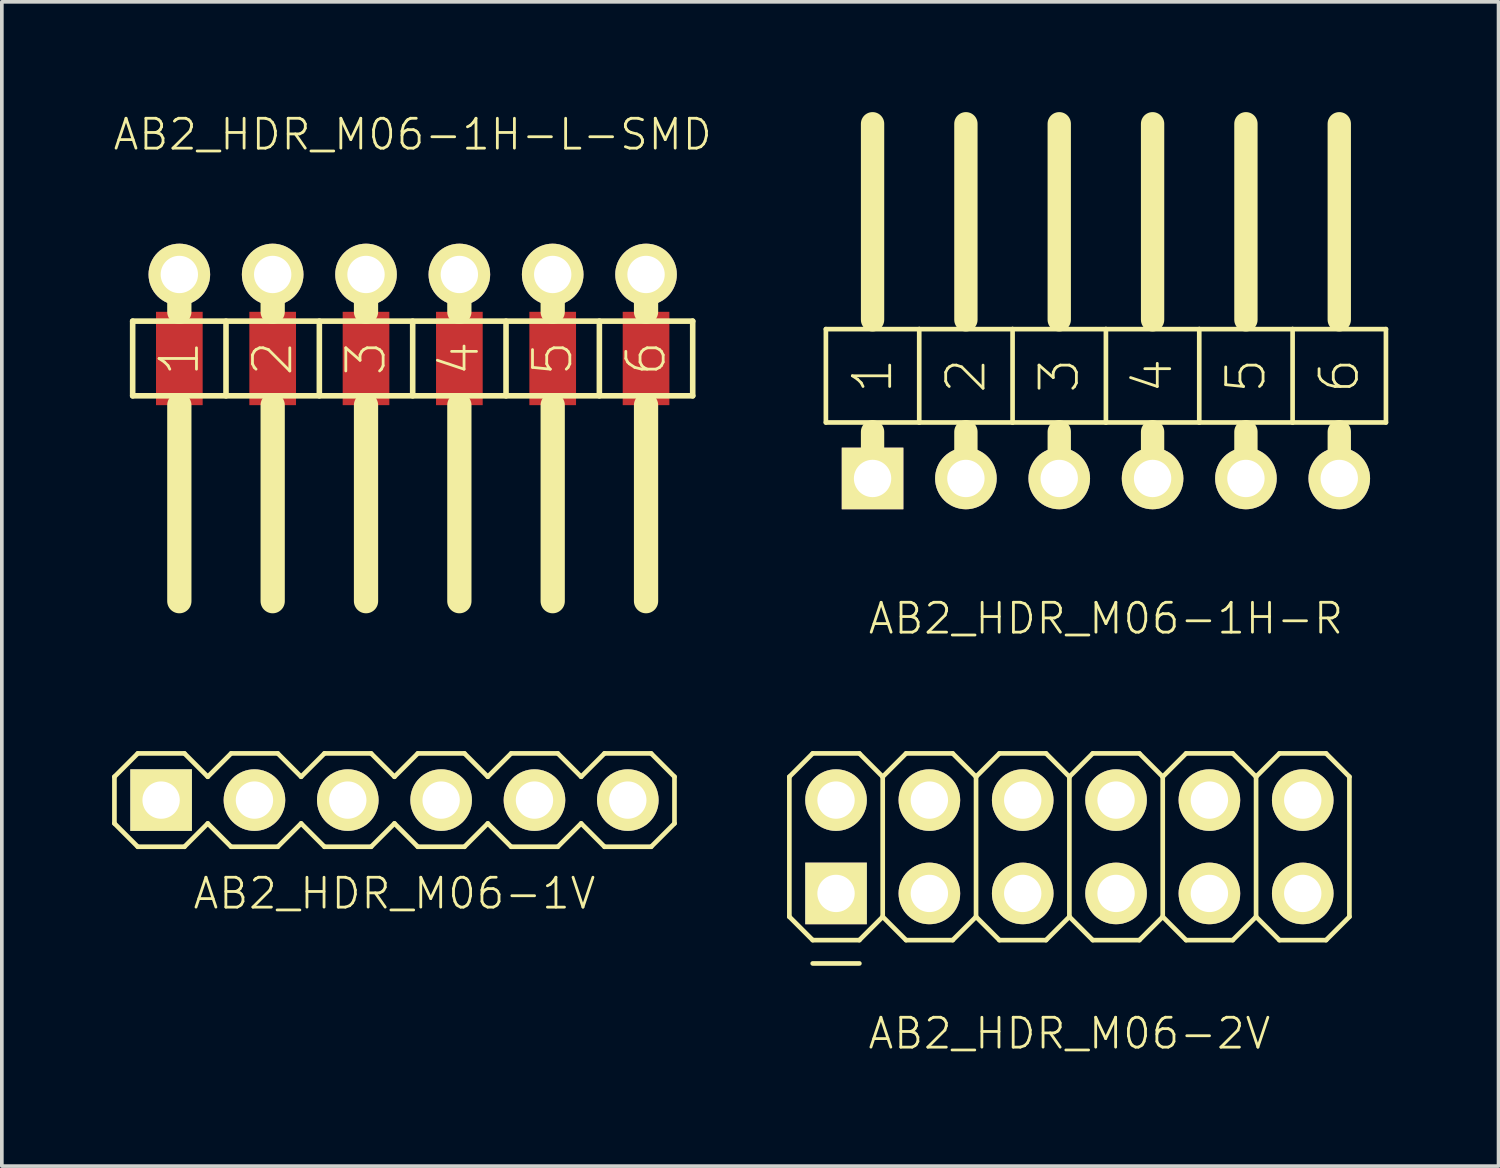
<source format=kicad_pcb>
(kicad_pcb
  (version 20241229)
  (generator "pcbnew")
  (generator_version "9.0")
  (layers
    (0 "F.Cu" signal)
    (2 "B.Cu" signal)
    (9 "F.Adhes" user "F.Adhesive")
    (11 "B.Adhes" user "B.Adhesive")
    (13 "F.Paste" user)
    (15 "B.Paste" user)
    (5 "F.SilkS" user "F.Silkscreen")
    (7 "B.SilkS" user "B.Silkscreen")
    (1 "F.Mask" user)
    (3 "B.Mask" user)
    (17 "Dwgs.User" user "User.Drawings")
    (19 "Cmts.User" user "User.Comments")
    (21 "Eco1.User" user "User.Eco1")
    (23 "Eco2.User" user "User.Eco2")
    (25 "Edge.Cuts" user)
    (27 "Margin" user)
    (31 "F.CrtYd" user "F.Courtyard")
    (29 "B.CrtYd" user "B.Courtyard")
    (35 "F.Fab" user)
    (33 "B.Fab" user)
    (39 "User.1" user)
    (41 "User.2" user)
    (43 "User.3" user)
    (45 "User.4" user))
  (footprint "AB2_HDR_M06-1V"
    (layer "F.Cu")
    (at 7.684 18.722)
    (property "Reference" "AB2_HDR_M06-1V" (at 0 2.54 0) (layer "F.SilkS") (effects (font (size 0.813 0.813) (thickness 0.076))))
    (attr through_hole)
    (fp_line (start -7.62 -0.635) (end -6.985 -1.27) (stroke (width 0.127) (type solid)) (layer "F.SilkS"))
    (fp_line (start -7.62 0.635) (end -7.62 -0.635) (stroke (width 0.127) (type solid)) (layer "F.SilkS"))
    (fp_line (start -6.985 -1.27) (end -5.715 -1.27) (stroke (width 0.127) (type solid)) (layer "F.SilkS"))
    (fp_line (start -6.985 1.27) (end -7.62 0.635) (stroke (width 0.127) (type solid)) (layer "F.SilkS"))
    (fp_line (start -5.715 -1.27) (end -5.08 -0.635) (stroke (width 0.127) (type solid)) (layer "F.SilkS"))
    (fp_line (start -5.715 1.27) (end -6.985 1.27) (stroke (width 0.127) (type solid)) (layer "F.SilkS"))
    (fp_line (start -5.08 -0.635) (end -4.445 -1.27) (stroke (width 0.127) (type solid)) (layer "F.SilkS"))
    (fp_line (start -5.08 0.635) (end -5.715 1.27) (stroke (width 0.127) (type solid)) (layer "F.SilkS"))
    (fp_line (start -4.445 -1.27) (end -3.175 -1.27) (stroke (width 0.127) (type solid)) (layer "F.SilkS"))
    (fp_line (start -4.445 1.27) (end -5.08 0.635) (stroke (width 0.127) (type solid)) (layer "F.SilkS"))
    (fp_line (start -3.175 -1.27) (end -2.54 -0.635) (stroke (width 0.127) (type solid)) (layer "F.SilkS"))
    (fp_line (start -3.175 1.27) (end -4.445 1.27) (stroke (width 0.127) (type solid)) (layer "F.SilkS"))
    (fp_line (start -2.54 -0.635) (end -1.905 -1.27) (stroke (width 0.127) (type solid)) (layer "F.SilkS"))
    (fp_line (start -2.54 0.635) (end -3.175 1.27) (stroke (width 0.127) (type solid)) (layer "F.SilkS"))
    (fp_line (start -1.905 -1.27) (end -0.635 -1.27) (stroke (width 0.127) (type solid)) (layer "F.SilkS"))
    (fp_line (start -1.905 1.27) (end -2.54 0.635) (stroke (width 0.127) (type solid)) (layer "F.SilkS"))
    (fp_line (start -0.635 -1.27) (end 0 -0.635) (stroke (width 0.127) (type solid)) (layer "F.SilkS"))
    (fp_line (start -0.635 1.27) (end -1.905 1.27) (stroke (width 0.127) (type solid)) (layer "F.SilkS"))
    (fp_line (start 0 -0.635) (end 0.635 -1.27) (stroke (width 0.127) (type solid)) (layer "F.SilkS"))
    (fp_line (start 0 0.635) (end -0.635 1.27) (stroke (width 0.127) (type solid)) (layer "F.SilkS"))
    (fp_line (start 0.635 -1.27) (end 1.905 -1.27) (stroke (width 0.127) (type solid)) (layer "F.SilkS"))
    (fp_line (start 0.635 1.27) (end 0 0.635) (stroke (width 0.127) (type solid)) (layer "F.SilkS"))
    (fp_line (start 1.905 -1.27) (end 2.54 -0.635) (stroke (width 0.127) (type solid)) (layer "F.SilkS"))
    (fp_line (start 1.905 1.27) (end 0.635 1.27) (stroke (width 0.127) (type solid)) (layer "F.SilkS"))
    (fp_line (start 2.54 -0.635) (end 3.175 -1.27) (stroke (width 0.127) (type solid)) (layer "F.SilkS"))
    (fp_line (start 2.54 0.635) (end 1.905 1.27) (stroke (width 0.127) (type solid)) (layer "F.SilkS"))
    (fp_line (start 3.175 -1.27) (end 4.445 -1.27) (stroke (width 0.127) (type solid)) (layer "F.SilkS"))
    (fp_line (start 3.175 1.27) (end 2.54 0.635) (stroke (width 0.127) (type solid)) (layer "F.SilkS"))
    (fp_line (start 4.445 -1.27) (end 5.08 -0.635) (stroke (width 0.127) (type solid)) (layer "F.SilkS"))
    (fp_line (start 4.445 1.27) (end 3.175 1.27) (stroke (width 0.127) (type solid)) (layer "F.SilkS"))
    (fp_line (start 5.08 -0.635) (end 5.715 -1.27) (stroke (width 0.127) (type solid)) (layer "F.SilkS"))
    (fp_line (start 5.08 0.635) (end 4.445 1.27) (stroke (width 0.127) (type solid)) (layer "F.SilkS"))
    (fp_line (start 5.715 -1.27) (end 6.985 -1.27) (stroke (width 0.127) (type solid)) (layer "F.SilkS"))
    (fp_line (start 5.715 1.27) (end 5.08 0.635) (stroke (width 0.127) (type solid)) (layer "F.SilkS"))
    (fp_line (start 6.985 -1.27) (end 7.62 -0.635) (stroke (width 0.127) (type solid)) (layer "F.SilkS"))
    (fp_line (start 6.985 1.27) (end 5.715 1.27) (stroke (width 0.127) (type solid)) (layer "F.SilkS"))
    (fp_line (start 7.62 -0.635) (end 7.62 0.635) (stroke (width 0.127) (type solid)) (layer "F.SilkS"))
    (fp_line (start 7.62 0.635) (end 6.985 1.27) (stroke (width 0.127) (type solid)) (layer "F.SilkS"))
    (pad "1" thru_hole rect (at -6.35 0) (size 1.676 1.676) (drill 1.016) (layers "*.Cu" "*.Mask" "F.SilkS"))
    (pad "2" thru_hole circle (at -3.81 0) (size 1.676 1.676) (drill 1.016) (layers "*.Cu" "*.Mask" "F.SilkS"))
    (pad "3" thru_hole circle (at -1.27 0) (size 1.676 1.676) (drill 1.016) (layers "*.Cu" "*.Mask" "F.SilkS"))
    (pad "4" thru_hole circle (at 1.27 0) (size 1.676 1.676) (drill 1.016) (layers "*.Cu" "*.Mask" "F.SilkS"))
    (pad "5" thru_hole circle (at 3.81 0) (size 1.676 1.676) (drill 1.016) (layers "*.Cu" "*.Mask" "F.SilkS"))
    (pad "6" thru_hole circle (at 6.35 0) (size 1.676 1.676) (drill 1.016) (layers "*.Cu" "*.Mask" "F.SilkS")))
  (footprint "AB2_HDR_M06-1H-R"
    (layer "F.Cu")
    (at 27.044 9.97)
    (property "Reference" "AB2_HDR_M06-1H-R" (at 0 3.81 0) (layer "F.SilkS") (effects (font (size 0.813 0.813) (thickness 0.076))))
    (attr through_hole)
    (fp_line (start -7.62 -4.064) (end -7.62 -1.524) (stroke (width 0.127) (type solid)) (layer "F.SilkS"))
    (fp_line (start -7.62 -1.524) (end -6.35 -1.524) (stroke (width 0.127) (type solid)) (layer "F.SilkS"))
    (fp_line (start -6.35 -4.318) (end -6.35 -9.652) (stroke (width 0.635) (type solid)) (layer "F.SilkS"))
    (fp_line (start -6.35 -1.524) (end -5.08 -1.524) (stroke (width 0.127) (type solid)) (layer "F.SilkS"))
    (fp_line (start -6.35 -1.27) (end -6.35 0) (stroke (width 0.635) (type solid)) (layer "F.SilkS"))
    (fp_line (start -5.08 -4.064) (end -7.62 -4.064) (stroke (width 0.127) (type solid)) (layer "F.SilkS"))
    (fp_line (start -5.08 -1.524) (end -5.08 -4.064) (stroke (width 0.127) (type solid)) (layer "F.SilkS"))
    (fp_line (start -5.08 -1.524) (end -3.81 -1.524) (stroke (width 0.127) (type solid)) (layer "F.SilkS"))
    (fp_line (start -3.81 -4.318) (end -3.81 -9.652) (stroke (width 0.635) (type solid)) (layer "F.SilkS"))
    (fp_line (start -3.81 -1.524) (end -2.54 -1.524) (stroke (width 0.127) (type solid)) (layer "F.SilkS"))
    (fp_line (start -3.81 -1.27) (end -3.81 0) (stroke (width 0.635) (type solid)) (layer "F.SilkS"))
    (fp_line (start -2.54 -4.064) (end -5.08 -4.064) (stroke (width 0.127) (type solid)) (layer "F.SilkS"))
    (fp_line (start -2.54 -1.524) (end -2.54 -4.064) (stroke (width 0.127) (type solid)) (layer "F.SilkS"))
    (fp_line (start -2.54 -1.524) (end -1.27 -1.524) (stroke (width 0.127) (type solid)) (layer "F.SilkS"))
    (fp_line (start -1.27 -4.318) (end -1.27 -9.652) (stroke (width 0.635) (type solid)) (layer "F.SilkS"))
    (fp_line (start -1.27 -1.524) (end 0 -1.524) (stroke (width 0.127) (type solid)) (layer "F.SilkS"))
    (fp_line (start -1.27 -1.27) (end -1.27 0) (stroke (width 0.635) (type solid)) (layer "F.SilkS"))
    (fp_line (start 0 -4.064) (end -2.54 -4.064) (stroke (width 0.127) (type solid)) (layer "F.SilkS"))
    (fp_line (start 0 -1.524) (end 0 -4.064) (stroke (width 0.127) (type solid)) (layer "F.SilkS"))
    (fp_line (start 0 -1.524) (end 1.27 -1.524) (stroke (width 0.127) (type solid)) (layer "F.SilkS"))
    (fp_line (start 1.27 -4.318) (end 1.27 -9.652) (stroke (width 0.635) (type solid)) (layer "F.SilkS"))
    (fp_line (start 1.27 -1.524) (end 2.54 -1.524) (stroke (width 0.127) (type solid)) (layer "F.SilkS"))
    (fp_line (start 1.27 -1.27) (end 1.27 0) (stroke (width 0.635) (type solid)) (layer "F.SilkS"))
    (fp_line (start 2.54 -4.064) (end 0 -4.064) (stroke (width 0.127) (type solid)) (layer "F.SilkS"))
    (fp_line (start 2.54 -1.524) (end 2.54 -4.064) (stroke (width 0.127) (type solid)) (layer "F.SilkS"))
    (fp_line (start 2.54 -1.524) (end 3.81 -1.524) (stroke (width 0.127) (type solid)) (layer "F.SilkS"))
    (fp_line (start 3.81 -4.318) (end 3.81 -9.652) (stroke (width 0.635) (type solid)) (layer "F.SilkS"))
    (fp_line (start 3.81 -1.524) (end 5.08 -1.524) (stroke (width 0.127) (type solid)) (layer "F.SilkS"))
    (fp_line (start 3.81 -1.27) (end 3.81 0) (stroke (width 0.635) (type solid)) (layer "F.SilkS"))
    (fp_line (start 5.08 -4.064) (end 2.54 -4.064) (stroke (width 0.127) (type solid)) (layer "F.SilkS"))
    (fp_line (start 5.08 -1.524) (end 5.08 -4.064) (stroke (width 0.127) (type solid)) (layer "F.SilkS"))
    (fp_line (start 5.08 -1.524) (end 6.35 -1.524) (stroke (width 0.127) (type solid)) (layer "F.SilkS"))
    (fp_line (start 6.35 -4.318) (end 6.35 -9.652) (stroke (width 0.635) (type solid)) (layer "F.SilkS"))
    (fp_line (start 6.35 -1.524) (end 7.62 -1.524) (stroke (width 0.127) (type solid)) (layer "F.SilkS"))
    (fp_line (start 6.35 -1.27) (end 6.35 0) (stroke (width 0.635) (type solid)) (layer "F.SilkS"))
    (fp_line (start 7.62 -4.064) (end 5.08 -4.064) (stroke (width 0.127) (type solid)) (layer "F.SilkS"))
    (fp_line (start 7.62 -1.524) (end 7.62 -4.064) (stroke (width 0.127) (type solid)) (layer "F.SilkS"))
    (fp_text user "1" (at -6.35 -2.794 270) (layer "F.SilkS") (effects (font (size 1.016 1.016) (thickness 0.076))))
    (fp_text user "4" (at 1.27 -2.794 90) (layer "F.SilkS") (effects (font (size 1.016 1.016) (thickness 0.076))))
    (fp_text user "6" (at 6.35 -2.794 90) (layer "F.SilkS") (effects (font (size 1.016 1.016) (thickness 0.076))))
    (fp_text user "3" (at -1.27 -2.794 90) (layer "F.SilkS") (effects (font (size 1.016 1.016) (thickness 0.076))))
    (fp_text user "5" (at 3.81 -2.794 90) (layer "F.SilkS") (effects (font (size 1.016 1.016) (thickness 0.076))))
    (fp_text user "2" (at -3.81 -2.794 90) (layer "F.SilkS") (effects (font (size 1.016 1.016) (thickness 0.076))))
    (pad "1" thru_hole rect (at -6.35 0) (size 1.676 1.676) (drill 1.016) (layers "*.Cu" "*.Mask" "F.SilkS"))
    (pad "2" thru_hole circle (at -3.81 0) (size 1.676 1.676) (drill 1.016) (layers "*.Cu" "*.Mask" "F.SilkS"))
    (pad "3" thru_hole circle (at -1.27 0) (size 1.676 1.676) (drill 1.016) (layers "*.Cu" "*.Mask" "F.SilkS"))
    (pad "4" thru_hole circle (at 1.27 0) (size 1.676 1.676) (drill 1.016) (layers "*.Cu" "*.Mask" "F.SilkS"))
    (pad "5" thru_hole circle (at 3.81 0) (size 1.676 1.676) (drill 1.016) (layers "*.Cu" "*.Mask" "F.SilkS"))
    (pad "6" thru_hole circle (at 6.35 0) (size 1.676 1.676) (drill 1.016) (layers "*.Cu" "*.Mask" "F.SilkS")))
  (footprint "AB2_HDR_M06-1H-L-SMD"
    (layer "F.Cu")
    (at 8.18 4.419)
    (property "Reference" "AB2_HDR_M06-1H-L-SMD" (at 0 -3.81 0) (layer "F.SilkS") (effects (font (size 0.813 0.813) (thickness 0.076))))
    (attr through_hole)
    (fp_line (start -7.62 1.27) (end 7.62 1.27) (stroke (width 0.152) (type solid)) (layer "F.SilkS"))
    (fp_line (start -7.62 3.302) (end -7.62 1.27) (stroke (width 0.152) (type solid)) (layer "F.SilkS"))
    (fp_line (start -7.62 3.302) (end 7.62 3.302) (stroke (width 0.152) (type solid)) (layer "F.SilkS"))
    (fp_line (start -6.35 0) (end -6.35 1.016) (stroke (width 0.66) (type solid)) (layer "F.SilkS"))
    (fp_line (start -6.35 3.556) (end -6.35 8.89) (stroke (width 0.66) (type solid)) (layer "F.SilkS"))
    (fp_line (start -5.08 1.27) (end -5.08 3.302) (stroke (width 0.152) (type solid)) (layer "F.SilkS"))
    (fp_line (start -3.81 0) (end -3.81 1.016) (stroke (width 0.66) (type solid)) (layer "F.SilkS"))
    (fp_line (start -3.81 3.556) (end -3.81 8.89) (stroke (width 0.66) (type solid)) (layer "F.SilkS"))
    (fp_line (start -2.54 1.27) (end -2.54 3.302) (stroke (width 0.152) (type solid)) (layer "F.SilkS"))
    (fp_line (start -1.27 0) (end -1.27 1.016) (stroke (width 0.66) (type solid)) (layer "F.SilkS"))
    (fp_line (start -1.27 3.556) (end -1.27 8.89) (stroke (width 0.66) (type solid)) (layer "F.SilkS"))
    (fp_line (start 0 1.27) (end 0 3.302) (stroke (width 0.152) (type solid)) (layer "F.SilkS"))
    (fp_line (start 1.27 0) (end 1.27 1.016) (stroke (width 0.66) (type solid)) (layer "F.SilkS"))
    (fp_line (start 1.27 3.556) (end 1.27 8.89) (stroke (width 0.66) (type solid)) (layer "F.SilkS"))
    (fp_line (start 2.54 1.27) (end 2.54 3.302) (stroke (width 0.152) (type solid)) (layer "F.SilkS"))
    (fp_line (start 3.81 0) (end 3.81 1.016) (stroke (width 0.66) (type solid)) (layer "F.SilkS"))
    (fp_line (start 3.81 3.556) (end 3.81 8.89) (stroke (width 0.66) (type solid)) (layer "F.SilkS"))
    (fp_line (start 5.08 1.27) (end 5.08 3.302) (stroke (width 0.152) (type solid)) (layer "F.SilkS"))
    (fp_line (start 6.35 0) (end 6.35 1.016) (stroke (width 0.66) (type solid)) (layer "F.SilkS"))
    (fp_line (start 6.35 3.556) (end 6.35 8.89) (stroke (width 0.66) (type solid)) (layer "F.SilkS"))
    (fp_line (start 7.62 1.27) (end 7.62 3.302) (stroke (width 0.152) (type solid)) (layer "F.SilkS"))
    (fp_text user "6" (at 6.35 2.286 90) (layer "F.SilkS") (effects (font (size 1.016 1.016) (thickness 0.076))))
    (fp_text user "3" (at -1.27 2.286 90) (layer "F.SilkS") (effects (font (size 1.016 1.016) (thickness 0.076))))
    (fp_text user "1" (at -6.35 2.286 90) (layer "F.SilkS") (effects (font (size 1.016 1.016) (thickness 0.076))))
    (fp_text user "2" (at -3.81 2.286 90) (layer "F.SilkS") (effects (font (size 1.016 1.016) (thickness 0.076))))
    (fp_text user "5" (at 3.81 2.286 90) (layer "F.SilkS") (effects (font (size 1.016 1.016) (thickness 0.076))))
    (fp_text user "4" (at 1.27 2.286 90) (layer "F.SilkS") (effects (font (size 1.016 1.016) (thickness 0.076))))
    (pad "1" thru_hole circle (at -6.35 0) (size 1.676 1.676) (drill 1.016) (layers "*.Cu" "*.Mask" "F.SilkS"))
    (pad "1" smd rect (at -6.35 2.286 180) (size 1.27 2.54) (layers "F.Cu" "F.Mask" "F.Paste"))
    (pad "2" thru_hole circle (at -3.81 0) (size 1.676 1.676) (drill 1.016) (layers "*.Cu" "*.Mask" "F.SilkS"))
    (pad "2" smd rect (at -3.81 2.286 180) (size 1.27 2.54) (layers "F.Cu" "F.Mask" "F.Paste"))
    (pad "3" thru_hole circle (at -1.27 0) (size 1.676 1.676) (drill 1.016) (layers "*.Cu" "*.Mask" "F.SilkS"))
    (pad "3" smd rect (at -1.27 2.286 180) (size 1.27 2.54) (layers "F.Cu" "F.Mask" "F.Paste"))
    (pad "4" thru_hole circle (at 1.27 0) (size 1.676 1.676) (drill 1.016) (layers "*.Cu" "*.Mask" "F.SilkS"))
    (pad "4" smd rect (at 1.27 2.286 180) (size 1.27 2.54) (layers "F.Cu" "F.Mask" "F.Paste"))
    (pad "5" thru_hole circle (at 3.81 0) (size 1.676 1.676) (drill 1.016) (layers "*.Cu" "*.Mask" "F.SilkS"))
    (pad "5" smd rect (at 3.81 2.286 180) (size 1.27 2.54) (layers "F.Cu" "F.Mask" "F.Paste"))
    (pad "6" thru_hole circle (at 6.35 0) (size 1.676 1.676) (drill 1.016) (layers "*.Cu" "*.Mask" "F.SilkS"))
    (pad "6" smd rect (at 6.35 2.286 180) (size 1.27 2.54) (layers "F.Cu" "F.Mask" "F.Paste")))
  (footprint "AB2_HDR_M06-2V"
    (layer "F.Cu")
    (at 26.05 19.992)
    (property "Reference" "AB2_HDR_M06-2V" (at 0 5.08 0) (layer "F.SilkS") (effects (font (size 0.813 0.813) (thickness 0.076))))
    (attr through_hole)
    (fp_line (start -7.62 -1.905) (end -6.985 -2.54) (stroke (width 0.127) (type solid)) (layer "F.SilkS"))
    (fp_line (start -7.62 1.905) (end -7.62 -1.905) (stroke (width 0.127) (type solid)) (layer "F.SilkS"))
    (fp_line (start -6.985 -2.54) (end -5.715 -2.54) (stroke (width 0.127) (type solid)) (layer "F.SilkS"))
    (fp_line (start -6.985 2.54) (end -7.62 1.905) (stroke (width 0.127) (type solid)) (layer "F.SilkS"))
    (fp_line (start -6.985 3.175) (end -5.715 3.175) (stroke (width 0.127) (type solid)) (layer "F.SilkS"))
    (fp_line (start -5.715 -2.54) (end -5.08 -1.905) (stroke (width 0.127) (type solid)) (layer "F.SilkS"))
    (fp_line (start -5.715 2.54) (end -6.985 2.54) (stroke (width 0.127) (type solid)) (layer "F.SilkS"))
    (fp_line (start -5.08 -1.905) (end -5.08 1.905) (stroke (width 0.127) (type solid)) (layer "F.SilkS"))
    (fp_line (start -5.08 -1.905) (end -4.445 -2.54) (stroke (width 0.127) (type solid)) (layer "F.SilkS"))
    (fp_line (start -5.08 1.905) (end -5.715 2.54) (stroke (width 0.127) (type solid)) (layer "F.SilkS"))
    (fp_line (start -4.445 -2.54) (end -3.175 -2.54) (stroke (width 0.127) (type solid)) (layer "F.SilkS"))
    (fp_line (start -4.445 2.54) (end -5.08 1.905) (stroke (width 0.127) (type solid)) (layer "F.SilkS"))
    (fp_line (start -3.175 -2.54) (end -2.54 -1.905) (stroke (width 0.127) (type solid)) (layer "F.SilkS"))
    (fp_line (start -3.175 2.54) (end -4.445 2.54) (stroke (width 0.127) (type solid)) (layer "F.SilkS"))
    (fp_line (start -2.54 -1.905) (end -2.54 1.905) (stroke (width 0.127) (type solid)) (layer "F.SilkS"))
    (fp_line (start -2.54 -1.905) (end -1.905 -2.54) (stroke (width 0.127) (type solid)) (layer "F.SilkS"))
    (fp_line (start -2.54 1.905) (end -3.175 2.54) (stroke (width 0.127) (type solid)) (layer "F.SilkS"))
    (fp_line (start -1.905 -2.54) (end -0.635 -2.54) (stroke (width 0.127) (type solid)) (layer "F.SilkS"))
    (fp_line (start -1.905 2.54) (end -2.54 1.905) (stroke (width 0.127) (type solid)) (layer "F.SilkS"))
    (fp_line (start -0.635 -2.54) (end 0 -1.905) (stroke (width 0.127) (type solid)) (layer "F.SilkS"))
    (fp_line (start -0.635 2.54) (end -1.905 2.54) (stroke (width 0.127) (type solid)) (layer "F.SilkS"))
    (fp_line (start 0 -1.905) (end 0 1.905) (stroke (width 0.127) (type solid)) (layer "F.SilkS"))
    (fp_line (start 0 -1.905) (end 0.635 -2.54) (stroke (width 0.127) (type solid)) (layer "F.SilkS"))
    (fp_line (start 0 1.905) (end -0.635 2.54) (stroke (width 0.127) (type solid)) (layer "F.SilkS"))
    (fp_line (start 0.635 -2.54) (end 1.905 -2.54) (stroke (width 0.127) (type solid)) (layer "F.SilkS"))
    (fp_line (start 0.635 2.54) (end 0 1.905) (stroke (width 0.127) (type solid)) (layer "F.SilkS"))
    (fp_line (start 1.905 -2.54) (end 2.54 -1.905) (stroke (width 0.127) (type solid)) (layer "F.SilkS"))
    (fp_line (start 1.905 2.54) (end 0.635 2.54) (stroke (width 0.127) (type solid)) (layer "F.SilkS"))
    (fp_line (start 2.54 -1.905) (end 2.54 1.905) (stroke (width 0.127) (type solid)) (layer "F.SilkS"))
    (fp_line (start 2.54 -1.905) (end 3.175 -2.54) (stroke (width 0.127) (type solid)) (layer "F.SilkS"))
    (fp_line (start 2.54 1.905) (end 1.905 2.54) (stroke (width 0.127) (type solid)) (layer "F.SilkS"))
    (fp_line (start 3.175 -2.54) (end 4.445 -2.54) (stroke (width 0.127) (type solid)) (layer "F.SilkS"))
    (fp_line (start 3.175 2.54) (end 2.54 1.905) (stroke (width 0.127) (type solid)) (layer "F.SilkS"))
    (fp_line (start 4.445 -2.54) (end 5.08 -1.905) (stroke (width 0.127) (type solid)) (layer "F.SilkS"))
    (fp_line (start 4.445 2.54) (end 3.175 2.54) (stroke (width 0.127) (type solid)) (layer "F.SilkS"))
    (fp_line (start 5.08 -1.905) (end 5.08 1.905) (stroke (width 0.127) (type solid)) (layer "F.SilkS"))
    (fp_line (start 5.08 -1.905) (end 5.715 -2.54) (stroke (width 0.127) (type solid)) (layer "F.SilkS"))
    (fp_line (start 5.08 1.905) (end 4.445 2.54) (stroke (width 0.127) (type solid)) (layer "F.SilkS"))
    (fp_line (start 5.715 -2.54) (end 6.985 -2.54) (stroke (width 0.127) (type solid)) (layer "F.SilkS"))
    (fp_line (start 5.715 2.54) (end 5.08 1.905) (stroke (width 0.127) (type solid)) (layer "F.SilkS"))
    (fp_line (start 6.985 -2.54) (end 7.62 -1.905) (stroke (width 0.127) (type solid)) (layer "F.SilkS"))
    (fp_line (start 6.985 2.54) (end 5.715 2.54) (stroke (width 0.127) (type solid)) (layer "F.SilkS"))
    (fp_line (start 7.62 -1.905) (end 7.62 1.905) (stroke (width 0.127) (type solid)) (layer "F.SilkS"))
    (fp_line (start 7.62 1.905) (end 6.985 2.54) (stroke (width 0.127) (type solid)) (layer "F.SilkS"))
    (pad "1" thru_hole rect (at -6.35 1.27) (size 1.676 1.676) (drill 1.016) (layers "*.Cu" "*.Mask" "F.SilkS"))
    (pad "2" thru_hole circle (at -6.35 -1.27) (size 1.676 1.676) (drill 1.016) (layers "*.Cu" "*.Mask" "F.SilkS"))
    (pad "3" thru_hole circle (at -3.81 1.27) (size 1.676 1.676) (drill 1.016) (layers "*.Cu" "*.Mask" "F.SilkS"))
    (pad "4" thru_hole circle (at -3.81 -1.27) (size 1.676 1.676) (drill 1.016) (layers "*.Cu" "*.Mask" "F.SilkS"))
    (pad "5" thru_hole circle (at -1.27 1.27) (size 1.676 1.676) (drill 1.016) (layers "*.Cu" "*.Mask" "F.SilkS"))
    (pad "6" thru_hole circle (at -1.27 -1.27) (size 1.676 1.676) (drill 1.016) (layers "*.Cu" "*.Mask" "F.SilkS"))
    (pad "7" thru_hole circle (at 1.27 1.27) (size 1.676 1.676) (drill 1.016) (layers "*.Cu" "*.Mask" "F.SilkS"))
    (pad "8" thru_hole circle (at 1.27 -1.27) (size 1.676 1.676) (drill 1.016) (layers "*.Cu" "*.Mask" "F.SilkS"))
    (pad "9" thru_hole circle (at 3.81 1.27) (size 1.676 1.676) (drill 1.016) (layers "*.Cu" "*.Mask" "F.SilkS"))
    (pad "10" thru_hole circle (at 3.81 -1.27) (size 1.676 1.676) (drill 1.016) (layers "*.Cu" "*.Mask" "F.SilkS"))
    (pad "11" thru_hole circle (at 6.35 1.27) (size 1.676 1.676) (drill 1.016) (layers "*.Cu" "*.Mask" "F.SilkS"))
    (pad "12" thru_hole circle (at 6.35 -1.27) (size 1.676 1.676) (drill 1.016) (layers "*.Cu" "*.Mask" "F.SilkS")))
  (gr_rect
    (start -3 -3)
    (end 37.728 28.681)
    (stroke (width 0.1) (type default))
    (fill no)
    (layer "Edge.Cuts")))
</source>
